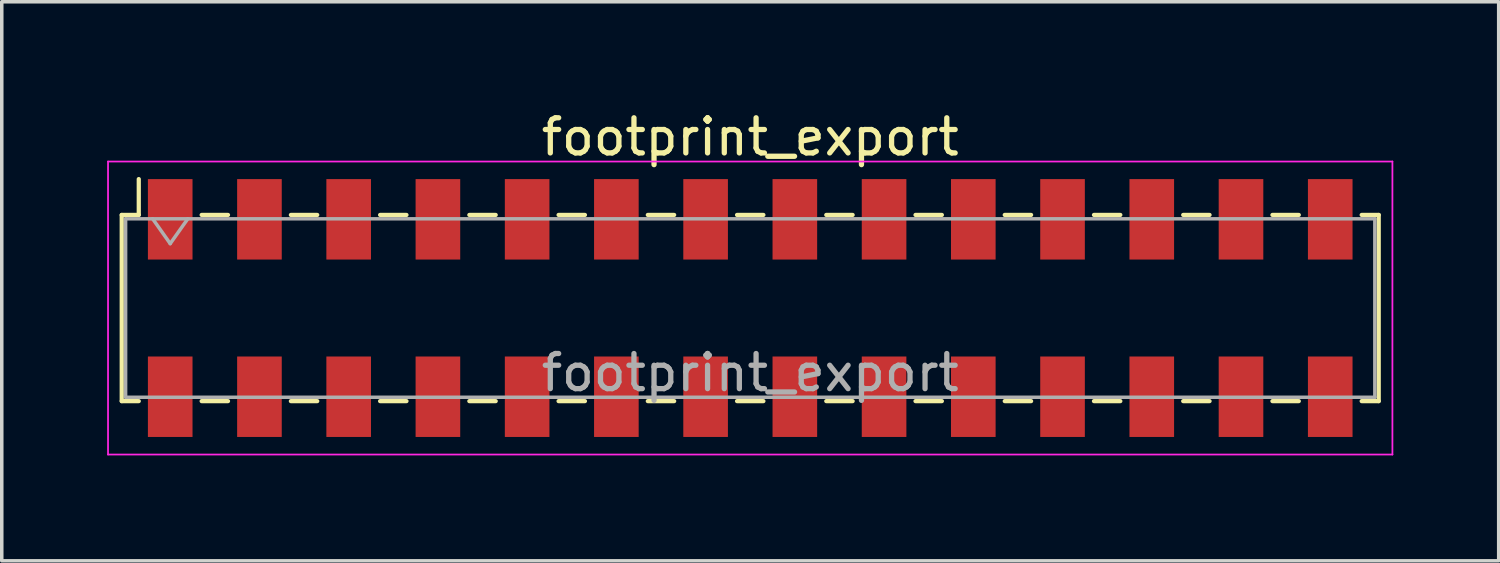
<source format=kicad_pcb>
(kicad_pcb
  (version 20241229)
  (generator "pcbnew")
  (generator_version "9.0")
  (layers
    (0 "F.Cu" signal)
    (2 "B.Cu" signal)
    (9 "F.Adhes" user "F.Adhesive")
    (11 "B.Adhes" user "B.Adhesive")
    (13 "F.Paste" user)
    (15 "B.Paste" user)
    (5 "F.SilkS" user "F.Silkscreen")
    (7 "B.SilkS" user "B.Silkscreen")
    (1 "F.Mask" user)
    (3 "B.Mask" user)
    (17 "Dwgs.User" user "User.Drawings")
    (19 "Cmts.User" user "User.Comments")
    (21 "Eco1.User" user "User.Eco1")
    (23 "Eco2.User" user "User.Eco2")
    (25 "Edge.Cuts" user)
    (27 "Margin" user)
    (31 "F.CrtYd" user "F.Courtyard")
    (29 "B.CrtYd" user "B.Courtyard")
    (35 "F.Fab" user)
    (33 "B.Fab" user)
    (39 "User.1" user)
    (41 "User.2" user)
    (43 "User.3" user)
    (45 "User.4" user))
  (footprint "footprint_export"
    (layer "F.Cu")
    (at 18.305 5.718)
    (property "Reference" "footprint_export" (at 0 -4.87 0) (layer "F.SilkS") (effects (font (size 1 1) (thickness 0.15))))
    (attr smd)
    (fp_line (start -17.89 -2.65) (end -17.89 2.65) (stroke (width 0.12) (type solid)) (layer "F.SilkS"))
    (fp_line (start -17.89 2.65) (end -17.405 2.65) (stroke (width 0.12) (type solid)) (layer "F.SilkS"))
    (fp_line (start -17.405 -3.67) (end -17.405 -2.65) (stroke (width 0.12) (type solid)) (layer "F.SilkS"))
    (fp_line (start -17.405 -2.65) (end -17.89 -2.65) (stroke (width 0.12) (type solid)) (layer "F.SilkS"))
    (fp_line (start -15.615 -2.65) (end -14.865 -2.65) (stroke (width 0.12) (type solid)) (layer "F.SilkS"))
    (fp_line (start -15.615 2.65) (end -14.865 2.65) (stroke (width 0.12) (type solid)) (layer "F.SilkS"))
    (fp_line (start -13.075 -2.65) (end -12.325 -2.65) (stroke (width 0.12) (type solid)) (layer "F.SilkS"))
    (fp_line (start -13.075 2.65) (end -12.325 2.65) (stroke (width 0.12) (type solid)) (layer "F.SilkS"))
    (fp_line (start -10.535 -2.65) (end -9.785 -2.65) (stroke (width 0.12) (type solid)) (layer "F.SilkS"))
    (fp_line (start -10.535 2.65) (end -9.785 2.65) (stroke (width 0.12) (type solid)) (layer "F.SilkS"))
    (fp_line (start -7.995 -2.65) (end -7.245 -2.65) (stroke (width 0.12) (type solid)) (layer "F.SilkS"))
    (fp_line (start -7.995 2.65) (end -7.245 2.65) (stroke (width 0.12) (type solid)) (layer "F.SilkS"))
    (fp_line (start -5.455 -2.65) (end -4.705 -2.65) (stroke (width 0.12) (type solid)) (layer "F.SilkS"))
    (fp_line (start -5.455 2.65) (end -4.705 2.65) (stroke (width 0.12) (type solid)) (layer "F.SilkS"))
    (fp_line (start -2.915 -2.65) (end -2.165 -2.65) (stroke (width 0.12) (type solid)) (layer "F.SilkS"))
    (fp_line (start -2.915 2.65) (end -2.165 2.65) (stroke (width 0.12) (type solid)) (layer "F.SilkS"))
    (fp_line (start -0.375 -2.65) (end 0.375 -2.65) (stroke (width 0.12) (type solid)) (layer "F.SilkS"))
    (fp_line (start -0.375 2.65) (end 0.375 2.65) (stroke (width 0.12) (type solid)) (layer "F.SilkS"))
    (fp_line (start 2.165 -2.65) (end 2.915 -2.65) (stroke (width 0.12) (type solid)) (layer "F.SilkS"))
    (fp_line (start 2.165 2.65) (end 2.915 2.65) (stroke (width 0.12) (type solid)) (layer "F.SilkS"))
    (fp_line (start 4.705 -2.65) (end 5.455 -2.65) (stroke (width 0.12) (type solid)) (layer "F.SilkS"))
    (fp_line (start 4.705 2.65) (end 5.455 2.65) (stroke (width 0.12) (type solid)) (layer "F.SilkS"))
    (fp_line (start 7.245 -2.65) (end 7.995 -2.65) (stroke (width 0.12) (type solid)) (layer "F.SilkS"))
    (fp_line (start 7.245 2.65) (end 7.995 2.65) (stroke (width 0.12) (type solid)) (layer "F.SilkS"))
    (fp_line (start 9.785 -2.65) (end 10.535 -2.65) (stroke (width 0.12) (type solid)) (layer "F.SilkS"))
    (fp_line (start 9.785 2.65) (end 10.535 2.65) (stroke (width 0.12) (type solid)) (layer "F.SilkS"))
    (fp_line (start 12.325 -2.65) (end 13.075 -2.65) (stroke (width 0.12) (type solid)) (layer "F.SilkS"))
    (fp_line (start 12.325 2.65) (end 13.075 2.65) (stroke (width 0.12) (type solid)) (layer "F.SilkS"))
    (fp_line (start 14.865 -2.65) (end 15.615 -2.65) (stroke (width 0.12) (type solid)) (layer "F.SilkS"))
    (fp_line (start 14.865 2.65) (end 15.615 2.65) (stroke (width 0.12) (type solid)) (layer "F.SilkS"))
    (fp_line (start 17.405 -2.65) (end 17.89 -2.65) (stroke (width 0.12) (type solid)) (layer "F.SilkS"))
    (fp_line (start 17.89 -2.65) (end 17.89 2.65) (stroke (width 0.12) (type solid)) (layer "F.SilkS"))
    (fp_line (start 17.89 2.65) (end 17.405 2.65) (stroke (width 0.12) (type solid)) (layer "F.SilkS"))
    (fp_line (start -18.28 -4.17) (end 18.28 -4.17) (stroke (width 0.05) (type solid)) (layer "F.CrtYd"))
    (fp_line (start -18.28 4.17) (end -18.28 -4.17) (stroke (width 0.05) (type solid)) (layer "F.CrtYd"))
    (fp_line (start 18.28 -4.17) (end 18.28 4.17) (stroke (width 0.05) (type solid)) (layer "F.CrtYd"))
    (fp_line (start 18.28 4.17) (end -18.28 4.17) (stroke (width 0.05) (type solid)) (layer "F.CrtYd"))
    (fp_line (start -17.78 -2.54) (end 17.78 -2.54) (stroke (width 0.1) (type solid)) (layer "F.Fab"))
    (fp_line (start -17.78 2.54) (end -17.78 -2.54) (stroke (width 0.1) (type solid)) (layer "F.Fab"))
    (fp_line (start -17.01 -2.54) (end -16.51 -1.833) (stroke (width 0.1) (type solid)) (layer "F.Fab"))
    (fp_line (start -16.51 -1.833) (end -16.01 -2.54) (stroke (width 0.1) (type solid)) (layer "F.Fab"))
    (fp_line (start 17.78 -2.54) (end 17.78 2.54) (stroke (width 0.1) (type solid)) (layer "F.Fab"))
    (fp_line (start 17.78 2.54) (end -17.78 2.54) (stroke (width 0.1) (type solid)) (layer "F.Fab"))
    (fp_text user "${REFERENCE}" (at 0 1.84 0) (layer "F.Fab") (effects (font (size 1 1) (thickness 0.15))))
    (pad "1" smd rect (at -16.51 -2.525) (size 1.27 2.29) (layers "F.Cu" "F.Mask" "F.Paste"))
    (pad "2" smd rect (at -16.51 2.525) (size 1.27 2.29) (layers "F.Cu" "F.Mask" "F.Paste"))
    (pad "3" smd rect (at -13.97 -2.525) (size 1.27 2.29) (layers "F.Cu" "F.Mask" "F.Paste"))
    (pad "4" smd rect (at -13.97 2.525) (size 1.27 2.29) (layers "F.Cu" "F.Mask" "F.Paste"))
    (pad "5" smd rect (at -11.43 -2.525) (size 1.27 2.29) (layers "F.Cu" "F.Mask" "F.Paste"))
    (pad "6" smd rect (at -11.43 2.525) (size 1.27 2.29) (layers "F.Cu" "F.Mask" "F.Paste"))
    (pad "7" smd rect (at -8.89 -2.525) (size 1.27 2.29) (layers "F.Cu" "F.Mask" "F.Paste"))
    (pad "8" smd rect (at -8.89 2.525) (size 1.27 2.29) (layers "F.Cu" "F.Mask" "F.Paste"))
    (pad "9" smd rect (at -6.35 -2.525) (size 1.27 2.29) (layers "F.Cu" "F.Mask" "F.Paste"))
    (pad "10" smd rect (at -6.35 2.525) (size 1.27 2.29) (layers "F.Cu" "F.Mask" "F.Paste"))
    (pad "11" smd rect (at -3.81 -2.525) (size 1.27 2.29) (layers "F.Cu" "F.Mask" "F.Paste"))
    (pad "12" smd rect (at -3.81 2.525) (size 1.27 2.29) (layers "F.Cu" "F.Mask" "F.Paste"))
    (pad "13" smd rect (at -1.27 -2.525) (size 1.27 2.29) (layers "F.Cu" "F.Mask" "F.Paste"))
    (pad "14" smd rect (at -1.27 2.525) (size 1.27 2.29) (layers "F.Cu" "F.Mask" "F.Paste"))
    (pad "15" smd rect (at 1.27 -2.525) (size 1.27 2.29) (layers "F.Cu" "F.Mask" "F.Paste"))
    (pad "16" smd rect (at 1.27 2.525) (size 1.27 2.29) (layers "F.Cu" "F.Mask" "F.Paste"))
    (pad "17" smd rect (at 3.81 -2.525) (size 1.27 2.29) (layers "F.Cu" "F.Mask" "F.Paste"))
    (pad "18" smd rect (at 3.81 2.525) (size 1.27 2.29) (layers "F.Cu" "F.Mask" "F.Paste"))
    (pad "19" smd rect (at 6.35 -2.525) (size 1.27 2.29) (layers "F.Cu" "F.Mask" "F.Paste"))
    (pad "20" smd rect (at 6.35 2.525) (size 1.27 2.29) (layers "F.Cu" "F.Mask" "F.Paste"))
    (pad "21" smd rect (at 8.89 -2.525) (size 1.27 2.29) (layers "F.Cu" "F.Mask" "F.Paste"))
    (pad "22" smd rect (at 8.89 2.525) (size 1.27 2.29) (layers "F.Cu" "F.Mask" "F.Paste"))
    (pad "23" smd rect (at 11.43 -2.525) (size 1.27 2.29) (layers "F.Cu" "F.Mask" "F.Paste"))
    (pad "24" smd rect (at 11.43 2.525) (size 1.27 2.29) (layers "F.Cu" "F.Mask" "F.Paste"))
    (pad "25" smd rect (at 13.97 -2.525) (size 1.27 2.29) (layers "F.Cu" "F.Mask" "F.Paste"))
    (pad "26" smd rect (at 13.97 2.525) (size 1.27 2.29) (layers "F.Cu" "F.Mask" "F.Paste"))
    (pad "27" smd rect (at 16.51 -2.525) (size 1.27 2.29) (layers "F.Cu" "F.Mask" "F.Paste"))
    (pad "28" smd rect (at 16.51 2.525) (size 1.27 2.29) (layers "F.Cu" "F.Mask" "F.Paste")))
  (gr_rect
    (start -3 -3)
    (end 39.61 12.913)
    (stroke (width 0.1) (type default))
    (fill no)
    (layer "Edge.Cuts")))
</source>
